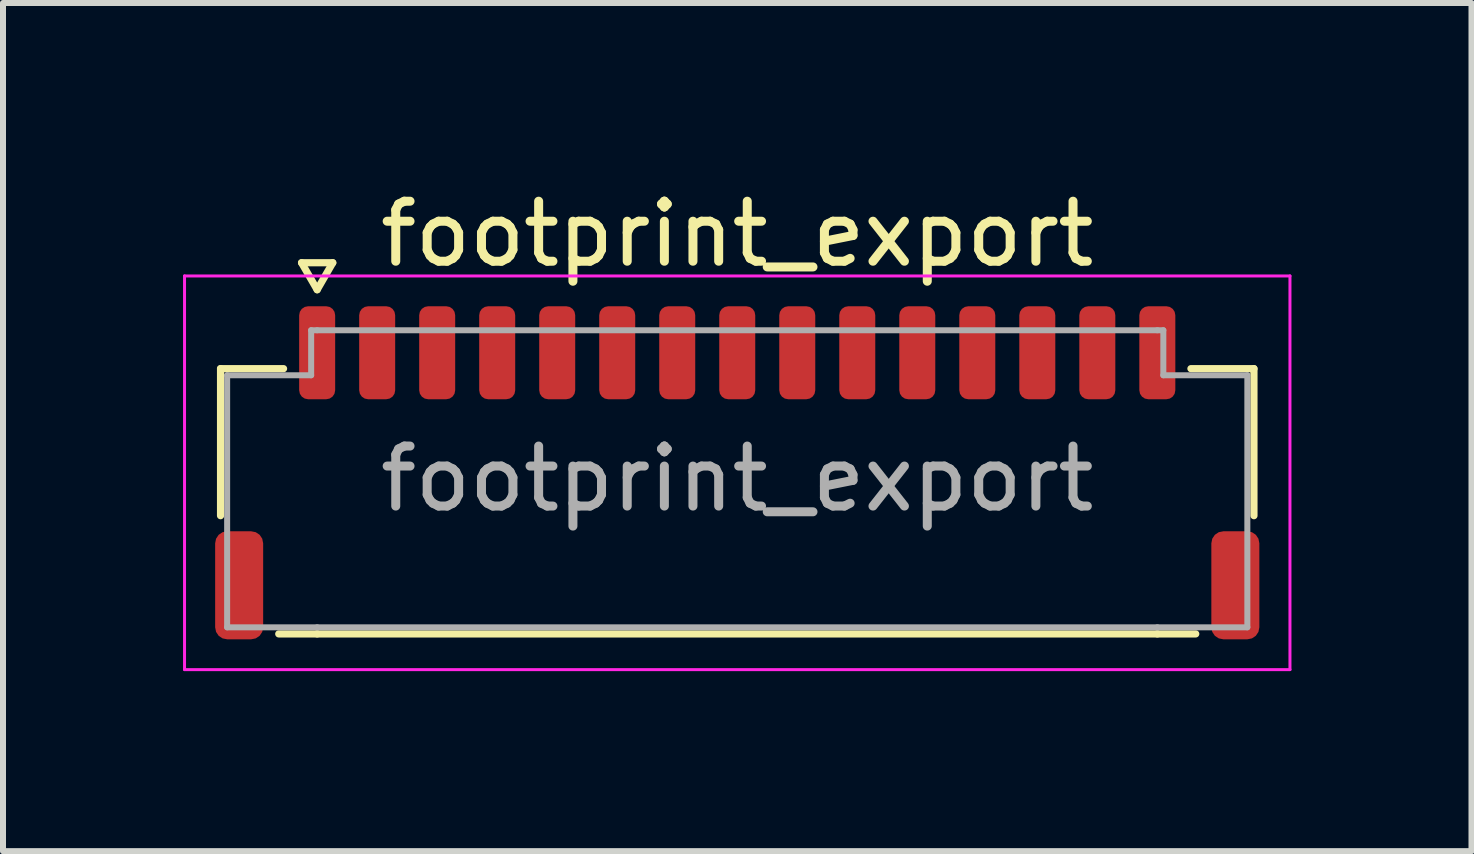
<source format=kicad_pcb>
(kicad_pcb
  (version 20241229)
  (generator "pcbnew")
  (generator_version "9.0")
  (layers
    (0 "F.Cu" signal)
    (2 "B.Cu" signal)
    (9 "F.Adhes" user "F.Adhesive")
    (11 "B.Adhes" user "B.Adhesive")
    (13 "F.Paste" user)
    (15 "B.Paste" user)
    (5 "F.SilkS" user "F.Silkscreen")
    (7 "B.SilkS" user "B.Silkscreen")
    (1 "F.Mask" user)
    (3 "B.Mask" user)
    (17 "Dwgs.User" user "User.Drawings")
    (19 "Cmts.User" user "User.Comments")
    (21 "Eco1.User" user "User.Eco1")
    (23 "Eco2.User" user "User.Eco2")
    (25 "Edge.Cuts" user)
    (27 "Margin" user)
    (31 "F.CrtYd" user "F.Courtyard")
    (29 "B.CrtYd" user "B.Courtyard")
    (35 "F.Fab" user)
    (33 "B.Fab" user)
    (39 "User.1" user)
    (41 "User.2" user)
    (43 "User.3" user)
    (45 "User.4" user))
  (footprint "footprint_export"
    (layer "F.Cu")
    (at 9.235 4.928)
    (property "Reference" "footprint_export" (at 0 -4.08 0) (layer "F.SilkS") (effects (font (size 1 1) (thickness 0.15))))
    (attr smd)
    (fp_line (start -8.61 -1.835) (end -7.56 -1.835) (stroke (width 0.12) (type solid)) (layer "F.SilkS"))
    (fp_line (start -8.61 0.615) (end -8.61 -1.835) (stroke (width 0.12) (type solid)) (layer "F.SilkS"))
    (fp_line (start -7.26 -3.6) (end -7 -3.15) (stroke (width 0.12) (type solid)) (layer "F.SilkS"))
    (fp_line (start -7 -3.15) (end -6.74 -3.6) (stroke (width 0.12) (type solid)) (layer "F.SilkS"))
    (fp_line (start -7 2.585) (end -7.64 2.585) (stroke (width 0.12) (type solid)) (layer "F.SilkS"))
    (fp_line (start -6.74 -3.6) (end -7.26 -3.6) (stroke (width 0.12) (type solid)) (layer "F.SilkS"))
    (fp_line (start 7 2.585) (end -7 2.585) (stroke (width 0.12) (type solid)) (layer "F.SilkS"))
    (fp_line (start 7.56 -1.835) (end 8.61 -1.835) (stroke (width 0.12) (type solid)) (layer "F.SilkS"))
    (fp_line (start 7.64 2.585) (end 7 2.585) (stroke (width 0.12) (type solid)) (layer "F.SilkS"))
    (fp_line (start 8.61 -1.835) (end 8.61 0.615) (stroke (width 0.12) (type solid)) (layer "F.SilkS"))
    (fp_line (start -9.21 -3.38) (end -9.21 3.18) (stroke (width 0.05) (type solid)) (layer "F.CrtYd"))
    (fp_line (start -9.21 3.18) (end 9.21 3.18) (stroke (width 0.05) (type solid)) (layer "F.CrtYd"))
    (fp_line (start 9.21 -3.38) (end -9.21 -3.38) (stroke (width 0.05) (type solid)) (layer "F.CrtYd"))
    (fp_line (start 9.21 3.18) (end 9.21 -3.38) (stroke (width 0.05) (type solid)) (layer "F.CrtYd"))
    (fp_line (start -8.5 -1.725) (end -7.1 -1.725) (stroke (width 0.1) (type solid)) (layer "F.Fab"))
    (fp_line (start -8.5 2.475) (end -8.5 -1.725) (stroke (width 0.1) (type solid)) (layer "F.Fab"))
    (fp_line (start -7.1 -2.475) (end -7 -2.475) (stroke (width 0.1) (type solid)) (layer "F.Fab"))
    (fp_line (start -7.1 -1.725) (end -7.1 -2.475) (stroke (width 0.1) (type solid)) (layer "F.Fab"))
    (fp_line (start -7 -2.475) (end 7 -2.475) (stroke (width 0.1) (type solid)) (layer "F.Fab"))
    (fp_line (start -7 2.475) (end -8.5 2.475) (stroke (width 0.1) (type solid)) (layer "F.Fab"))
    (fp_line (start 7 -2.475) (end 7.1 -2.475) (stroke (width 0.1) (type solid)) (layer "F.Fab"))
    (fp_line (start 7 2.475) (end -7 2.475) (stroke (width 0.1) (type solid)) (layer "F.Fab"))
    (fp_line (start 7.1 -2.475) (end 7.1 -1.725) (stroke (width 0.1) (type solid)) (layer "F.Fab"))
    (fp_line (start 7.1 -1.725) (end 8.5 -1.725) (stroke (width 0.1) (type solid)) (layer "F.Fab"))
    (fp_line (start 8.5 -1.725) (end 8.5 2.475) (stroke (width 0.1) (type solid)) (layer "F.Fab"))
    (fp_line (start 8.5 2.475) (end 7 2.475) (stroke (width 0.1) (type solid)) (layer "F.Fab"))
    (fp_text user "${REFERENCE}" (at 0 0 0) (layer "F.Fab") (effects (font (size 1 1) (thickness 0.15))))
    (pad "1" smd roundrect (at -7 -2.1) (size 0.6 1.55) (layers "F.Cu" "F.Mask" "F.Paste") (roundrect_rratio 0.25))
    (pad "2" smd roundrect (at -6 -2.1) (size 0.6 1.55) (layers "F.Cu" "F.Mask" "F.Paste") (roundrect_rratio 0.25))
    (pad "3" smd roundrect (at -5 -2.1) (size 0.6 1.55) (layers "F.Cu" "F.Mask" "F.Paste") (roundrect_rratio 0.25))
    (pad "4" smd roundrect (at -4 -2.1) (size 0.6 1.55) (layers "F.Cu" "F.Mask" "F.Paste") (roundrect_rratio 0.25))
    (pad "5" smd roundrect (at -3 -2.1) (size 0.6 1.55) (layers "F.Cu" "F.Mask" "F.Paste") (roundrect_rratio 0.25))
    (pad "6" smd roundrect (at -2 -2.1) (size 0.6 1.55) (layers "F.Cu" "F.Mask" "F.Paste") (roundrect_rratio 0.25))
    (pad "7" smd roundrect (at -1 -2.1) (size 0.6 1.55) (layers "F.Cu" "F.Mask" "F.Paste") (roundrect_rratio 0.25))
    (pad "8" smd roundrect (at 0 -2.1) (size 0.6 1.55) (layers "F.Cu" "F.Mask" "F.Paste") (roundrect_rratio 0.25))
    (pad "9" smd roundrect (at 1 -2.1) (size 0.6 1.55) (layers "F.Cu" "F.Mask" "F.Paste") (roundrect_rratio 0.25))
    (pad "10" smd roundrect (at 2 -2.1) (size 0.6 1.55) (layers "F.Cu" "F.Mask" "F.Paste") (roundrect_rratio 0.25))
    (pad "11" smd roundrect (at 3 -2.1) (size 0.6 1.55) (layers "F.Cu" "F.Mask" "F.Paste") (roundrect_rratio 0.25))
    (pad "12" smd roundrect (at 4 -2.1) (size 0.6 1.55) (layers "F.Cu" "F.Mask" "F.Paste") (roundrect_rratio 0.25))
    (pad "13" smd roundrect (at 5 -2.1) (size 0.6 1.55) (layers "F.Cu" "F.Mask" "F.Paste") (roundrect_rratio 0.25))
    (pad "14" smd roundrect (at 6 -2.1) (size 0.6 1.55) (layers "F.Cu" "F.Mask" "F.Paste") (roundrect_rratio 0.25))
    (pad "15" smd roundrect (at 7 -2.1) (size 0.6 1.55) (layers "F.Cu" "F.Mask" "F.Paste") (roundrect_rratio 0.25))
    (pad "MP" smd roundrect (at -8.3 1.775) (size 0.8 1.8) (layers "F.Cu" "F.Mask" "F.Paste") (roundrect_rratio 0.25))
    (pad "MP" smd roundrect (at 8.3 1.775) (size 0.8 1.8) (layers "F.Cu" "F.Mask" "F.Paste") (roundrect_rratio 0.25)))
  (gr_rect
    (start -3 -3)
    (end 21.47 11.133)
    (stroke (width 0.1) (type default))
    (fill no)
    (layer "Edge.Cuts")))
</source>
